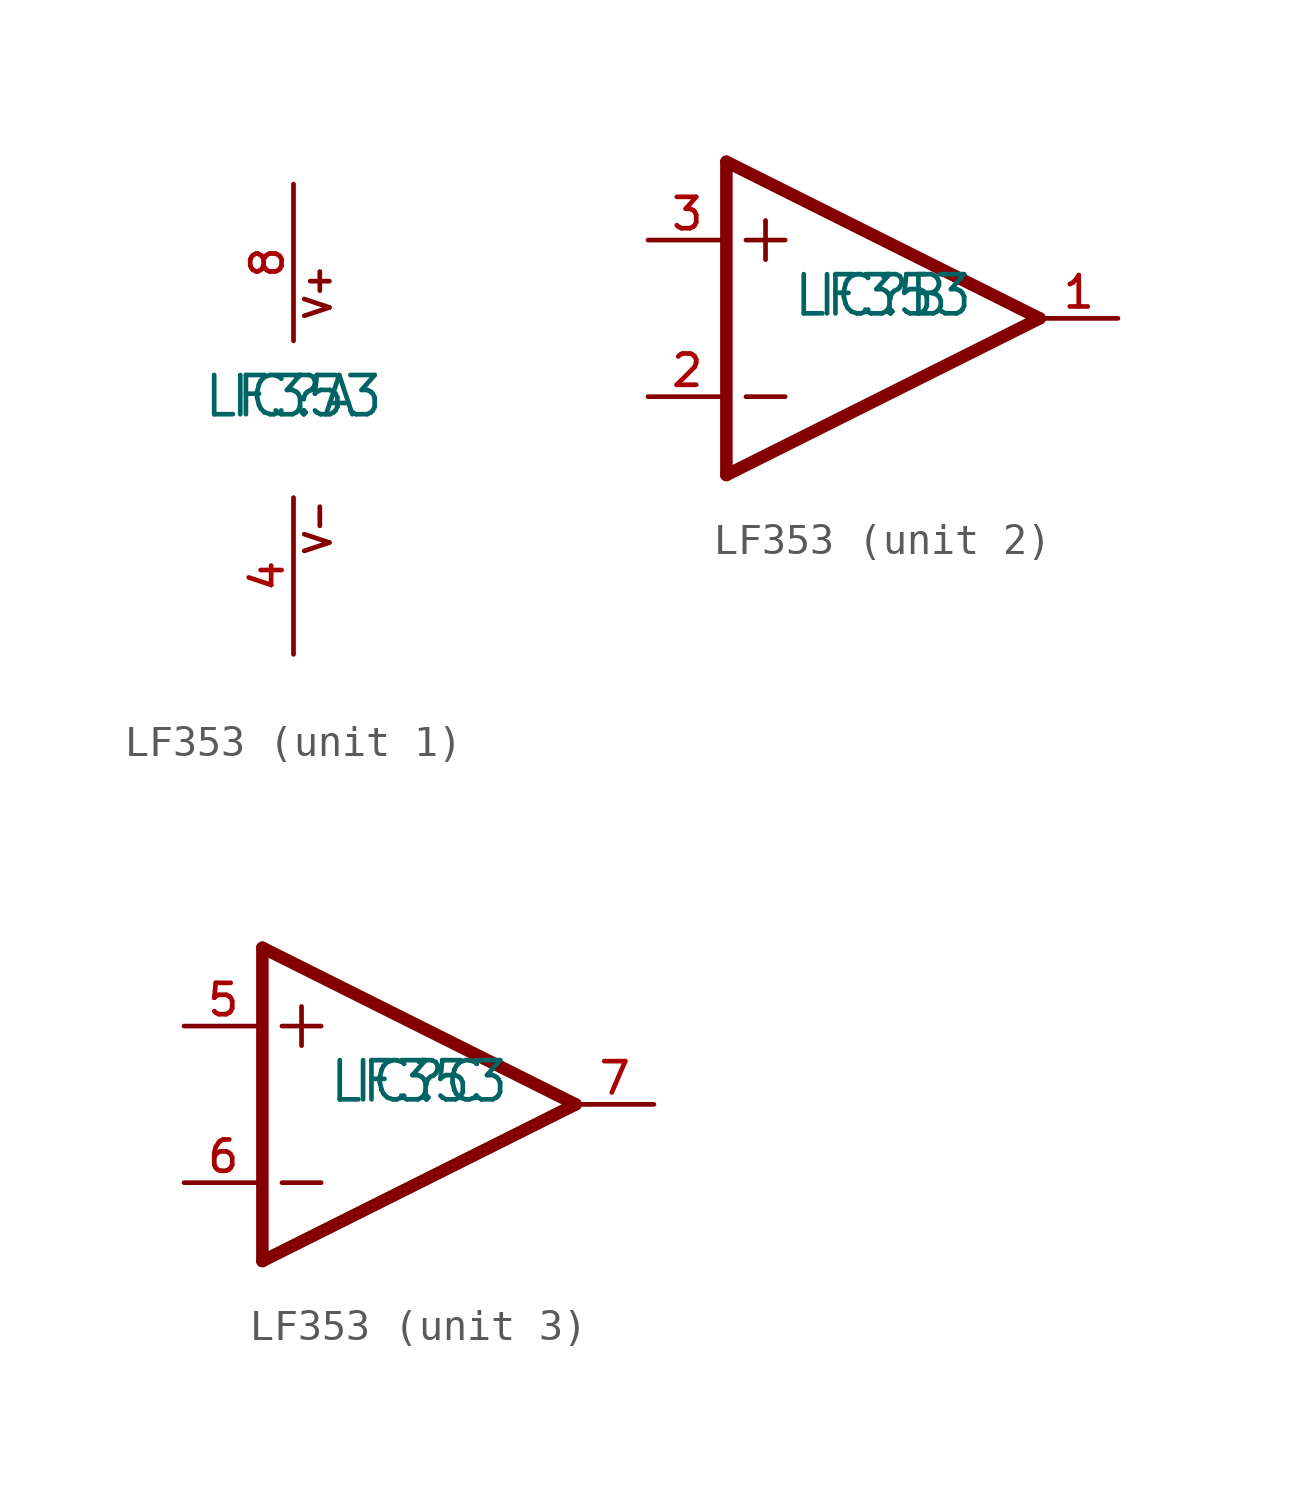
<source format=kicad_sym>
(kicad_symbol_lib
  (version 20211014)
  (generator kicad_symbol_editor)
  (symbol "LF353"
    (pin_names
      (offset 1.016))
    (property "Reference" "IC"
      (at 0 0 0)
      (effects (font (size 1.27 1.27)) (justify bottom)))
    (property "Value" "LF353"
      (at 0 0.0 0)
      (effects (font (size 1.27 1.27)) (justify bottom)))
    (symbol "LF353_1_0"
      (text "V+" (at 1.27 3.175 900) (effects (font (size 0.813 0.813)) (justify bottom left)))
      (text "V-" (at 1.27 -4.445 900) (effects (font (size 0.813 0.813)) (justify bottom left)))
      (pin power_in line (at 0.0 7.62 270.0) (length 5.08) (name "~" (effects (font (size 1.016 1.016)))) (number "8" (effects (font (size 1.016 1.016)))))
      (pin power_in line (at 0.0 -7.62 90.0) (length 5.08) (name "~" (effects (font (size 1.016 1.016)))) (number "4" (effects (font (size 1.016 1.016))))))
    (symbol "LF353_2_0"
      (polyline (pts (xy -5.08 5.08) (xy -5.08 -5.08)) (stroke (width 0.406)))
      (polyline (pts (xy -5.08 -5.08) (xy 5.08 0.0)) (stroke (width 0.406)))
      (polyline (pts (xy 5.08 0.0) (xy -5.08 5.08)) (stroke (width 0.406)))
      (polyline (pts (xy -3.81 3.175) (xy -3.81 1.905)) (stroke (width 0.152)))
      (polyline (pts (xy -4.445 2.54) (xy -3.175 2.54)) (stroke (width 0.152)))
      (polyline (pts (xy -4.445 -2.54) (xy -3.175 -2.54)) (stroke (width 0.152)))
      (pin input line (at -7.62 -2.54 0) (length 2.54) (name "~" (effects (font (size 1.016 1.016)))) (number "2" (effects (font (size 1.016 1.016)))))
      (pin input line (at -7.62 2.54 0) (length 2.54) (name "~" (effects (font (size 1.016 1.016)))) (number "3" (effects (font (size 1.016 1.016)))))
      (pin output line (at 7.62 0.0 180.0) (length 2.54) (name "~" (effects (font (size 1.016 1.016)))) (number "1" (effects (font (size 1.016 1.016))))))
    (symbol "LF353_3_0"
      (polyline (pts (xy -5.08 5.08) (xy -5.08 -5.08)) (stroke (width 0.406)))
      (polyline (pts (xy -5.08 -5.08) (xy 5.08 0.0)) (stroke (width 0.406)))
      (polyline (pts (xy 5.08 0.0) (xy -5.08 5.08)) (stroke (width 0.406)))
      (polyline (pts (xy -3.81 3.175) (xy -3.81 1.905)) (stroke (width 0.152)))
      (polyline (pts (xy -4.445 2.54) (xy -3.175 2.54)) (stroke (width 0.152)))
      (polyline (pts (xy -4.445 -2.54) (xy -3.175 -2.54)) (stroke (width 0.152)))
      (pin input line (at -7.62 -2.54 0) (length 2.54) (name "~" (effects (font (size 1.016 1.016)))) (number "6" (effects (font (size 1.016 1.016)))))
      (pin input line (at -7.62 2.54 0) (length 2.54) (name "~" (effects (font (size 1.016 1.016)))) (number "5" (effects (font (size 1.016 1.016)))))
      (pin output line (at 7.62 0.0 180.0) (length 2.54) (name "~" (effects (font (size 1.016 1.016)))) (number "7" (effects (font (size 1.016 1.016))))))))
</source>
